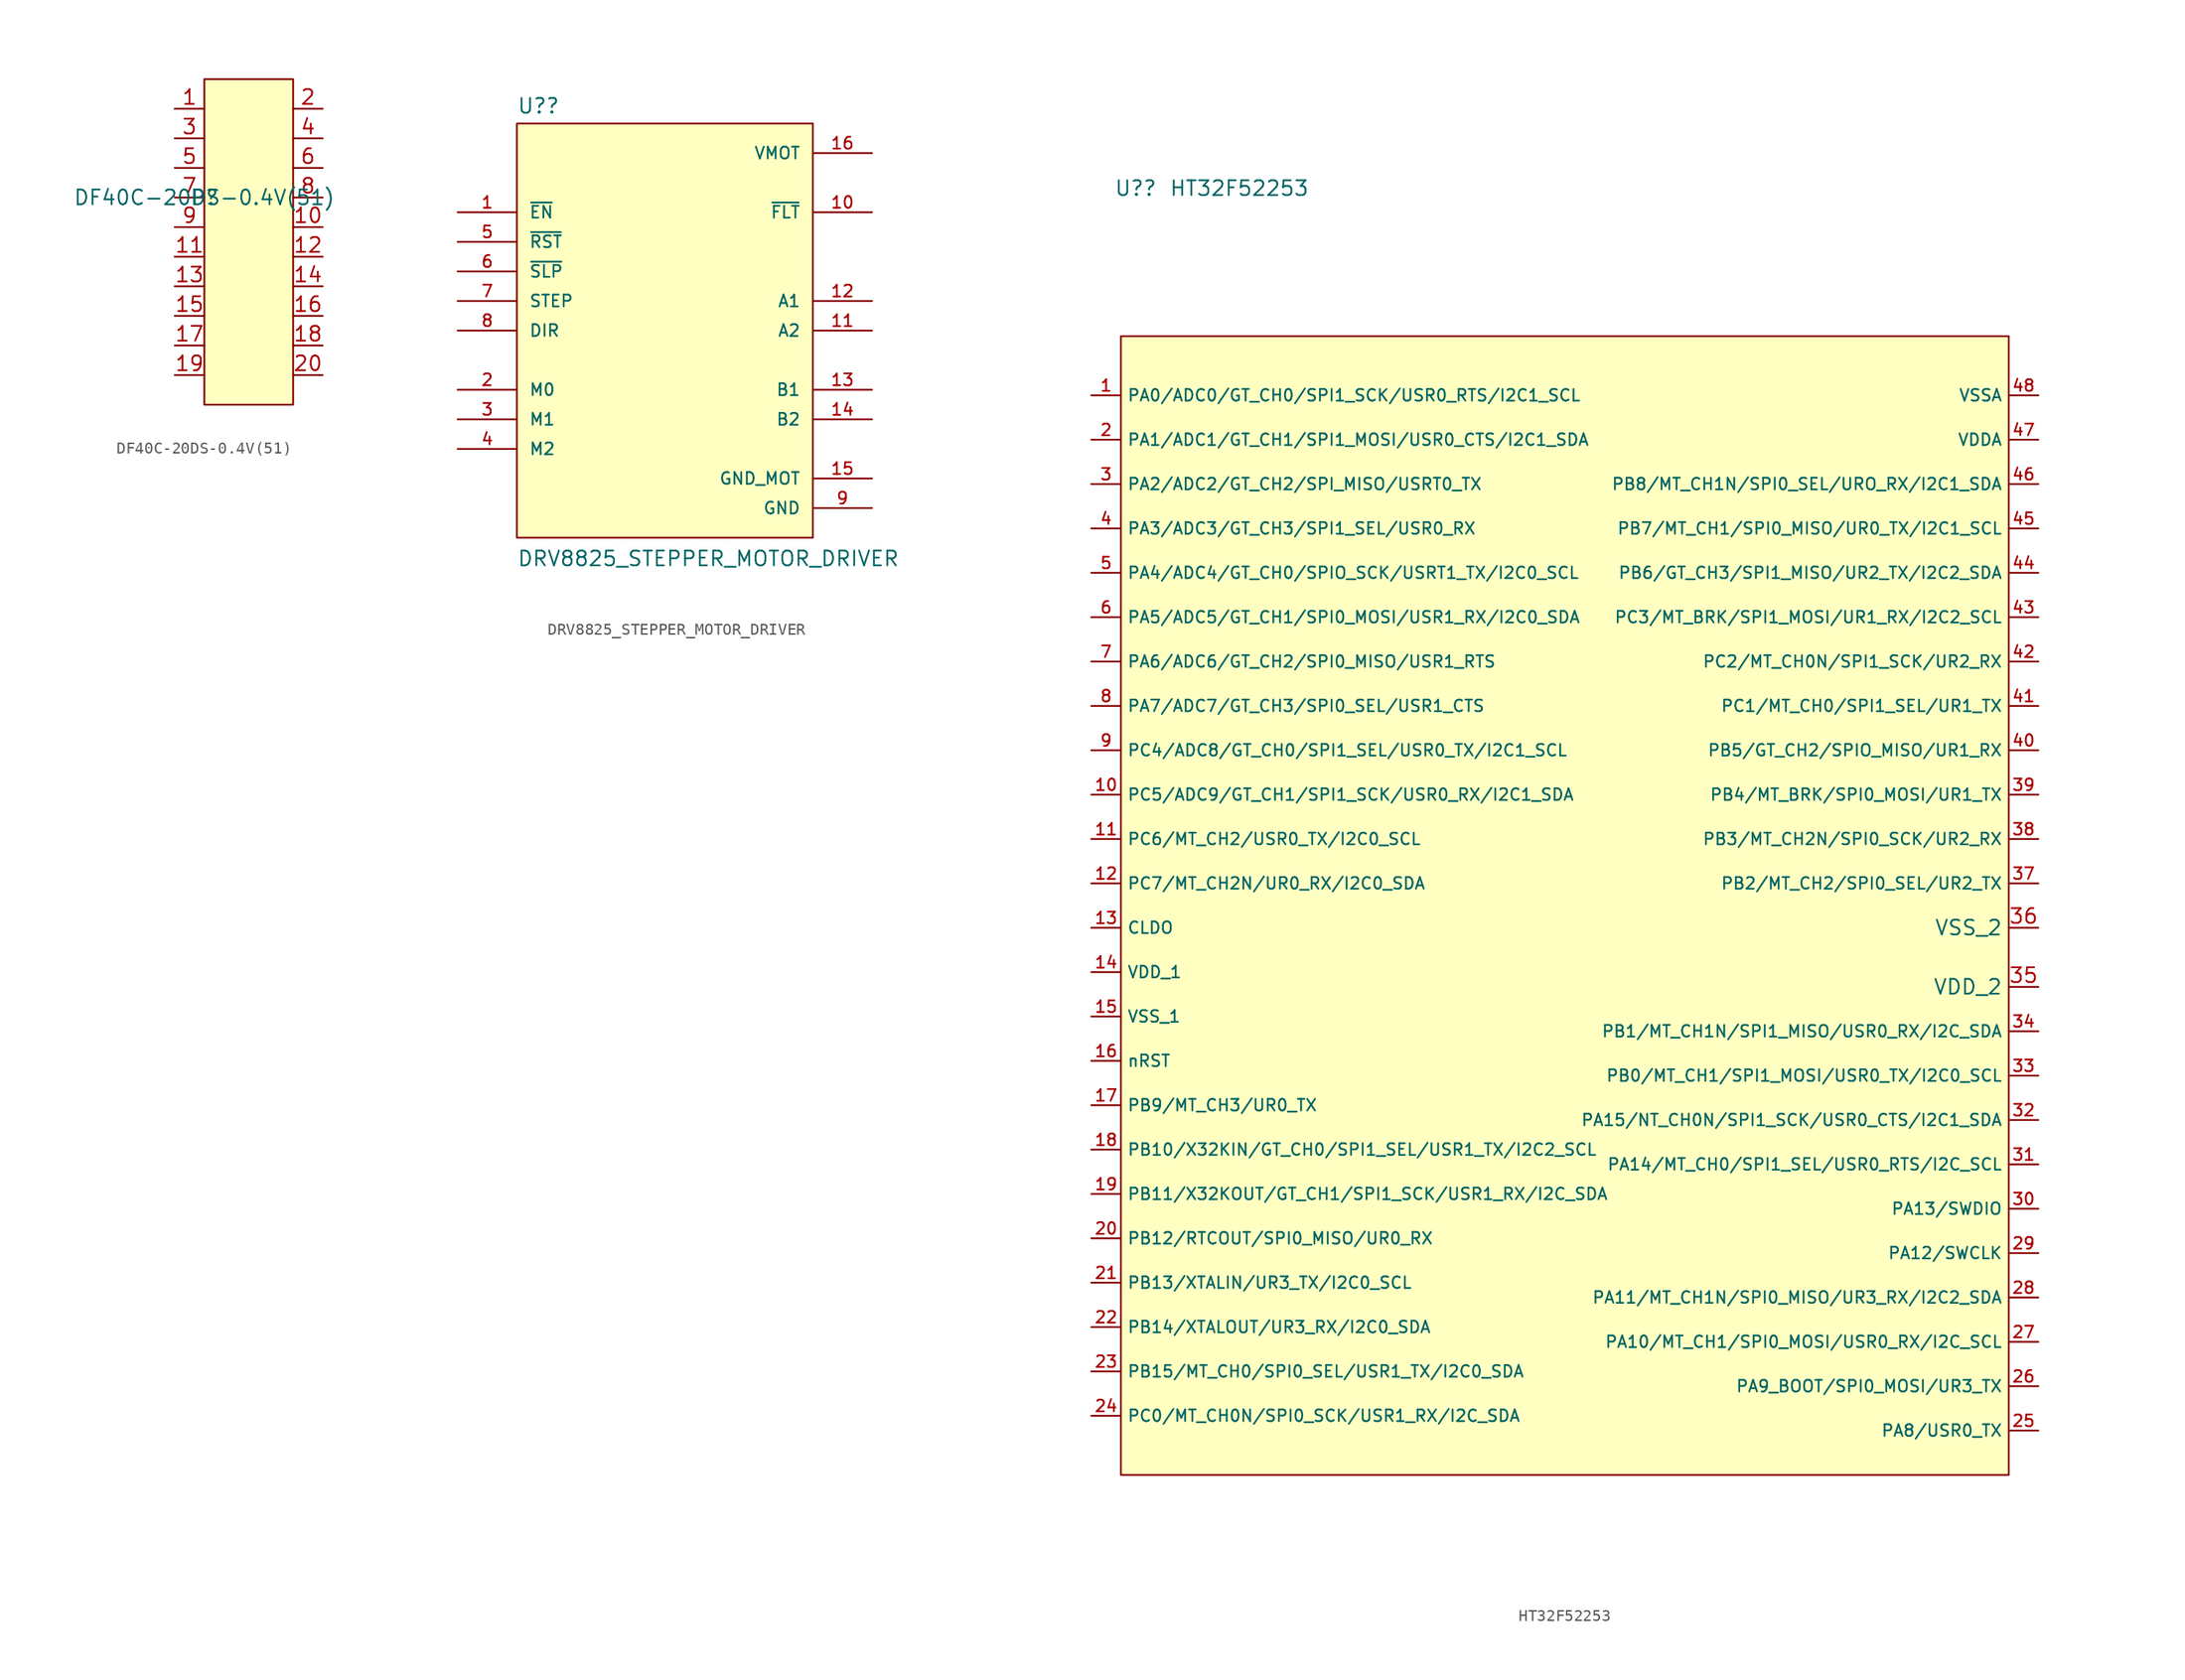
<source format=kicad_sym>
(kicad_symbol_lib
  (version 20211014)
  (generator kicad_symbol_editor)
  (symbol "DF40C-20DS-0.4V(51)"
    (property "Reference" "P"
      (at 0 0 0)
      (effects (font (size 1.27 1.27))))
    (property "Value" "DF40C-20DS-0.4V(51)"
      (at 0 0 0)
      (effects (font (size 1.27 1.27))))
    (symbol "DF40C-20DS-0.4V(51)_0_1"
      (rectangle (start 0 10.16) (end 7.62 -17.78) (stroke (width 0) (type default) (color 0 0 0 0)) (fill (type background))))
    (symbol "DF40C-20DS-0.4V(51)_1_1"
      (pin passive line (at -2.54 7.62 0) (length 2.54) (name "" (effects (font (size 1.27 1.27)))) (number "1" (effects (font (size 1.27 1.27)))))
      (pin tri_state line (at 10.16 -2.54 180) (length 2.54) (name "" (effects (font (size 1.27 1.27)))) (number "10" (effects (font (size 1.27 1.27)))))
      (pin tri_state line (at -2.54 -5.08 0) (length 2.54) (name "" (effects (font (size 1.27 1.27)))) (number "11" (effects (font (size 1.27 1.27)))))
      (pin tri_state line (at 10.16 -5.08 180) (length 2.54) (name "" (effects (font (size 1.27 1.27)))) (number "12" (effects (font (size 1.27 1.27)))))
      (pin tri_state line (at -2.54 -7.62 0) (length 2.54) (name "" (effects (font (size 1.27 1.27)))) (number "13" (effects (font (size 1.27 1.27)))))
      (pin tri_state line (at 10.16 -7.62 180) (length 2.54) (name "" (effects (font (size 1.27 1.27)))) (number "14" (effects (font (size 1.27 1.27)))))
      (pin tri_state line (at -2.54 -10.16 0) (length 2.54) (name "" (effects (font (size 1.27 1.27)))) (number "15" (effects (font (size 1.27 1.27)))))
      (pin tri_state line (at 10.16 -10.16 180) (length 2.54) (name "" (effects (font (size 1.27 1.27)))) (number "16" (effects (font (size 1.27 1.27)))))
      (pin tri_state line (at -2.54 -12.7 0) (length 2.54) (name "" (effects (font (size 1.27 1.27)))) (number "17" (effects (font (size 1.27 1.27)))))
      (pin tri_state line (at 10.16 -12.7 180) (length 2.54) (name "" (effects (font (size 1.27 1.27)))) (number "18" (effects (font (size 1.27 1.27)))))
      (pin tri_state line (at -2.54 -15.24 0) (length 2.54) (name "" (effects (font (size 1.27 1.27)))) (number "19" (effects (font (size 1.27 1.27)))))
      (pin passive line (at 10.16 7.62 180) (length 2.54) (name "" (effects (font (size 1.27 1.27)))) (number "2" (effects (font (size 1.27 1.27)))))
      (pin tri_state line (at 10.16 -15.24 180) (length 2.54) (name "" (effects (font (size 1.27 1.27)))) (number "20" (effects (font (size 1.27 1.27)))))
      (pin passive line (at -2.54 5.08 0) (length 2.54) (name "" (effects (font (size 1.27 1.27)))) (number "3" (effects (font (size 1.27 1.27)))))
      (pin passive line (at 10.16 5.08 180) (length 2.54) (name "" (effects (font (size 1.27 1.27)))) (number "4" (effects (font (size 1.27 1.27)))))
      (pin passive line (at -2.54 2.54 0) (length 2.54) (name "" (effects (font (size 1.27 1.27)))) (number "5" (effects (font (size 1.27 1.27)))))
      (pin passive line (at 10.16 2.54 180) (length 2.54) (name "" (effects (font (size 1.27 1.27)))) (number "6" (effects (font (size 1.27 1.27)))))
      (pin passive line (at -2.54 0 0) (length 2.54) (name "" (effects (font (size 1.27 1.27)))) (number "7" (effects (font (size 1.27 1.27)))))
      (pin passive line (at 10.16 0 180) (length 2.54) (name "" (effects (font (size 1.27 1.27)))) (number "8" (effects (font (size 1.27 1.27)))))
      (pin tri_state line (at -2.54 -2.54 0) (length 2.54) (name "" (effects (font (size 1.27 1.27)))) (number "9" (effects (font (size 1.27 1.27)))))))
  (symbol "DRV8825_STEPPER_MOTOR_DRIVER"
    (pin_names
      (offset 1.016))
    (property "Reference" "U?"
      (at -12.7 18.542 0)
      (effects (font (size 1.27 1.27)) (justify left bottom)))
    (property "Value" "DRV8825_STEPPER_MOTOR_DRIVER"
      (at -12.7 -20.32 0)
      (effects (font (size 1.27 1.27)) (justify left bottom)))
    (symbol "DRV8825_STEPPER_MOTOR_DRIVER_0_0"
      (rectangle (start -12.7 -17.78) (end 12.7 17.78) (stroke (width 0.152) (type default) (color 0 0 0 0)) (fill (type background)))
      (pin input line (at -17.78 10.16 0) (length 5.08) (name "~{EN}" (effects (font (size 1.016 1.016)))) (number "1" (effects (font (size 1.016 1.016)))))
      (pin output line (at 17.78 10.16 180) (length 5.08) (name "~{FLT}" (effects (font (size 1.016 1.016)))) (number "10" (effects (font (size 1.016 1.016)))))
      (pin output line (at 17.78 0 180) (length 5.08) (name "A2" (effects (font (size 1.016 1.016)))) (number "11" (effects (font (size 1.016 1.016)))))
      (pin output line (at 17.78 2.54 180) (length 5.08) (name "A1" (effects (font (size 1.016 1.016)))) (number "12" (effects (font (size 1.016 1.016)))))
      (pin output line (at 17.78 -5.08 180) (length 5.08) (name "B1" (effects (font (size 1.016 1.016)))) (number "13" (effects (font (size 1.016 1.016)))))
      (pin output line (at 17.78 -7.62 180) (length 5.08) (name "B2" (effects (font (size 1.016 1.016)))) (number "14" (effects (font (size 1.016 1.016)))))
      (pin power_in line (at 17.78 -12.7 180) (length 5.08) (name "GND_MOT" (effects (font (size 1.016 1.016)))) (number "15" (effects (font (size 1.016 1.016)))))
      (pin power_in line (at 17.78 15.24 180) (length 5.08) (name "VMOT" (effects (font (size 1.016 1.016)))) (number "16" (effects (font (size 1.016 1.016)))))
      (pin input line (at -17.78 -5.08 0) (length 5.08) (name "M0" (effects (font (size 1.016 1.016)))) (number "2" (effects (font (size 1.016 1.016)))))
      (pin input line (at -17.78 -7.62 0) (length 5.08) (name "M1" (effects (font (size 1.016 1.016)))) (number "3" (effects (font (size 1.016 1.016)))))
      (pin input line (at -17.78 -10.16 0) (length 5.08) (name "M2" (effects (font (size 1.016 1.016)))) (number "4" (effects (font (size 1.016 1.016)))))
      (pin input line (at -17.78 7.62 0) (length 5.08) (name "~{RST}" (effects (font (size 1.016 1.016)))) (number "5" (effects (font (size 1.016 1.016)))))
      (pin input line (at -17.78 5.08 0) (length 5.08) (name "~{SLP}" (effects (font (size 1.016 1.016)))) (number "6" (effects (font (size 1.016 1.016)))))
      (pin input line (at -17.78 2.54 0) (length 5.08) (name "STEP" (effects (font (size 1.016 1.016)))) (number "7" (effects (font (size 1.016 1.016)))))
      (pin input line (at -17.78 0 0) (length 5.08) (name "DIR" (effects (font (size 1.016 1.016)))) (number "8" (effects (font (size 1.016 1.016)))))
      (pin power_in line (at 17.78 -15.24 180) (length 5.08) (name "GND" (effects (font (size 1.016 1.016)))) (number "9" (effects (font (size 1.016 1.016)))))))
  (symbol "HT32F52253"
    (property "Reference" "U?"
      (at -36.83 50.8 0)
      (effects (font (size 1.27 1.27))))
    (property "Value" "HT32F52253"
      (at -27.94 50.8 0)
      (effects (font (size 1.27 1.27))))
    (symbol "HT32F52253_0_1"
      (rectangle (start -38.1 38.1) (end 38.1 -59.69) (stroke (width 0) (type default) (color 0 0 0 0)) (fill (type background))))
    (symbol "HT32F52253_1_1"
      (pin passive line (at -40.64 33.02 0) (length 2.54) (name "PA0/ADC0/GT_CH0/SPI1_SCK/USR0_RTS/I2C1_SCL" (effects (font (size 1 1)))) (number "1" (effects (font (size 1 1)))))
      (pin passive line (at -40.64 -1.27 0) (length 2.54) (name "PC5/ADC9/GT_CH1/SPI1_SCK/USR0_RX/I2C1_SDA" (effects (font (size 1 1)))) (number "10" (effects (font (size 1 1)))))
      (pin passive line (at -40.64 -5.08 0) (length 2.54) (name "PC6/MT_CH2/USR0_TX/I2C0_SCL" (effects (font (size 1 1)))) (number "11" (effects (font (size 1 1)))))
      (pin passive line (at -40.64 -8.89 0) (length 2.54) (name "PC7/MT_CH2N/UR0_RX/I2C0_SDA" (effects (font (size 1 1)))) (number "12" (effects (font (size 1 1)))))
      (pin passive line (at -40.64 -12.7 0) (length 2.54) (name "CLDO" (effects (font (size 1 1)))) (number "13" (effects (font (size 1 1)))))
      (pin passive line (at -40.64 -16.51 0) (length 2.54) (name "VDD_1" (effects (font (size 1 1)))) (number "14" (effects (font (size 1 1)))))
      (pin passive line (at -40.64 -20.32 0) (length 2.54) (name "VSS_1" (effects (font (size 1 1)))) (number "15" (effects (font (size 1 1)))))
      (pin passive line (at -40.64 -24.13 0) (length 2.54) (name "nRST" (effects (font (size 1 1)))) (number "16" (effects (font (size 1 1)))))
      (pin passive line (at -40.64 -27.94 0) (length 2.54) (name "PB9/MT_CH3/UR0_TX" (effects (font (size 1 1)))) (number "17" (effects (font (size 1 1)))))
      (pin passive line (at -40.64 -31.75 0) (length 2.54) (name "PB10/X32KIN/GT_CH0/SPI1_SEL/USR1_TX/I2C2_SCL" (effects (font (size 1 1)))) (number "18" (effects (font (size 1 1)))))
      (pin passive line (at -40.64 -35.56 0) (length 2.54) (name "PB11/X32KOUT/GT_CH1/SPI1_SCK/USR1_RX/I2C_SDA" (effects (font (size 1 1)))) (number "19" (effects (font (size 1 1)))))
      (pin passive line (at -40.64 29.21 0) (length 2.54) (name "PA1/ADC1/GT_CH1/SPI1_MOSI/USR0_CTS/I2C1_SDA" (effects (font (size 1 1)))) (number "2" (effects (font (size 1 1)))))
      (pin passive line (at -40.64 -39.37 0) (length 2.54) (name "PB12/RTCOUT/SPI0_MISO/UR0_RX" (effects (font (size 1 1)))) (number "20" (effects (font (size 1 1)))))
      (pin passive line (at -40.64 -43.18 0) (length 2.54) (name "PB13/XTALIN/UR3_TX/I2C0_SCL" (effects (font (size 1 1)))) (number "21" (effects (font (size 1 1)))))
      (pin passive line (at -40.64 -46.99 0) (length 2.54) (name "PB14/XTALOUT/UR3_RX/I2C0_SDA" (effects (font (size 1 1)))) (number "22" (effects (font (size 1 1)))))
      (pin passive line (at -40.64 -50.8 0) (length 2.54) (name "PB15/MT_CH0/SPI0_SEL/USR1_TX/I2C0_SDA" (effects (font (size 1 1)))) (number "23" (effects (font (size 1 1)))))
      (pin passive line (at -40.64 -54.61 0) (length 2.54) (name "PC0/MT_CH0N/SPI0_SCK/USR1_RX/I2C_SDA" (effects (font (size 1 1)))) (number "24" (effects (font (size 1 1)))))
      (pin passive line (at 40.64 -55.88 180) (length 2.54) (name "PA8/USR0_TX" (effects (font (size 1 1)))) (number "25" (effects (font (size 1 1)))))
      (pin passive line (at 40.64 -52.07 180) (length 2.54) (name "PA9_BOOT/SPI0_MOSI/UR3_TX" (effects (font (size 1 1)))) (number "26" (effects (font (size 1 1)))))
      (pin passive line (at 40.64 -48.26 180) (length 2.54) (name "PA10/MT_CH1/SPI0_MOSI/USR0_RX/I2C_SCL" (effects (font (size 1 1)))) (number "27" (effects (font (size 1 1)))))
      (pin passive line (at 40.64 -44.45 180) (length 2.54) (name "PA11/MT_CH1N/SPI0_MISO/UR3_RX/I2C2_SDA" (effects (font (size 1 1)))) (number "28" (effects (font (size 1 1)))))
      (pin passive line (at 40.64 -40.64 180) (length 2.54) (name "PA12/SWCLK" (effects (font (size 1 1)))) (number "29" (effects (font (size 1 1)))))
      (pin passive line (at -40.64 25.4 0) (length 2.54) (name "PA2/ADC2/GT_CH2/SPI_MISO/USRT0_TX" (effects (font (size 1 1)))) (number "3" (effects (font (size 1 1)))))
      (pin passive line (at 40.64 -36.83 180) (length 2.54) (name "PA13/SWDIO" (effects (font (size 1 1)))) (number "30" (effects (font (size 1 1)))))
      (pin passive line (at 40.64 -33.02 180) (length 2.54) (name "PA14/MT_CH0/SPI1_SEL/USR0_RTS/I2C_SCL" (effects (font (size 1 1)))) (number "31" (effects (font (size 1 1)))))
      (pin passive line (at 40.64 -29.21 180) (length 2.54) (name "PA15/NT_CH0N/SPI1_SCK/USR0_CTS/I2C1_SDA" (effects (font (size 1 1)))) (number "32" (effects (font (size 1 1)))))
      (pin passive line (at 40.64 -25.4 180) (length 2.54) (name "PB0/MT_CH1/SPI1_MOSI/USR0_TX/I2C0_SCL" (effects (font (size 1 1)))) (number "33" (effects (font (size 1 1)))))
      (pin passive line (at 40.64 -21.59 180) (length 2.54) (name "PB1/MT_CH1N/SPI1_MISO/USR0_RX/I2C_SDA" (effects (font (size 1 1)))) (number "34" (effects (font (size 1 1)))))
      (pin passive line (at 40.64 -17.78 180) (length 2.54) (name "VDD_2" (effects (font (size 1.27 1.27)))) (number "35" (effects (font (size 1.27 1.27)))))
      (pin passive line (at 40.64 -12.7 180) (length 2.54) (name "VSS_2" (effects (font (size 1.27 1.27)))) (number "36" (effects (font (size 1.27 1.27)))))
      (pin passive line (at 40.64 -8.89 180) (length 2.54) (name "PB2/MT_CH2/SPI0_SEL/UR2_TX" (effects (font (size 1 1)))) (number "37" (effects (font (size 1 1)))))
      (pin passive line (at 40.64 -5.08 180) (length 2.54) (name "PB3/MT_CH2N/SPI0_SCK/UR2_RX" (effects (font (size 1 1)))) (number "38" (effects (font (size 1 1)))))
      (pin passive line (at 40.64 -1.27 180) (length 2.54) (name "PB4/MT_BRK/SPI0_MOSI/UR1_TX" (effects (font (size 1 1)))) (number "39" (effects (font (size 1 1)))))
      (pin passive line (at -40.64 21.59 0) (length 2.54) (name "PA3/ADC3/GT_CH3/SPI1_SEL/USR0_RX" (effects (font (size 1 1)))) (number "4" (effects (font (size 1 1)))))
      (pin passive line (at 40.64 2.54 180) (length 2.54) (name "PB5/GT_CH2/SPIO_MISO/UR1_RX" (effects (font (size 1 1)))) (number "40" (effects (font (size 1 1)))))
      (pin passive line (at 40.64 6.35 180) (length 2.54) (name "PC1/MT_CH0/SPI1_SEL/UR1_TX" (effects (font (size 1 1)))) (number "41" (effects (font (size 1 1)))))
      (pin passive line (at 40.64 10.16 180) (length 2.54) (name "PC2/MT_CH0N/SPI1_SCK/UR2_RX" (effects (font (size 1 1)))) (number "42" (effects (font (size 1 1)))))
      (pin passive line (at 40.64 13.97 180) (length 2.54) (name "PC3/MT_BRK/SPI1_MOSI/UR1_RX/I2C2_SCL" (effects (font (size 1 1)))) (number "43" (effects (font (size 1 1)))))
      (pin passive line (at 40.64 17.78 180) (length 2.54) (name "PB6/GT_CH3/SPI1_MISO/UR2_TX/I2C2_SDA" (effects (font (size 1 1)))) (number "44" (effects (font (size 1 1)))))
      (pin passive line (at 40.64 21.59 180) (length 2.54) (name "PB7/MT_CH1/SPI0_MISO/UR0_TX/I2C1_SCL" (effects (font (size 1 1)))) (number "45" (effects (font (size 1 1)))))
      (pin passive line (at 40.64 25.4 180) (length 2.54) (name "PB8/MT_CH1N/SPI0_SEL/URO_RX/I2C1_SDA" (effects (font (size 1 1)))) (number "46" (effects (font (size 1 1)))))
      (pin passive line (at 40.64 29.21 180) (length 2.54) (name "VDDA" (effects (font (size 1 1)))) (number "47" (effects (font (size 1 1)))))
      (pin passive line (at 40.64 33.02 180) (length 2.54) (name "VSSA" (effects (font (size 1 1)))) (number "48" (effects (font (size 1 1)))))
      (pin passive line (at -40.64 17.78 0) (length 2.54) (name "PA4/ADC4/GT_CH0/SPIO_SCK/USRT1_TX/I2C0_SCL" (effects (font (size 1 1)))) (number "5" (effects (font (size 1 1)))))
      (pin passive line (at -40.64 13.97 0) (length 2.54) (name "PA5/ADC5/GT_CH1/SPI0_MOSI/USR1_RX/I2C0_SDA" (effects (font (size 1 1)))) (number "6" (effects (font (size 1 1)))))
      (pin passive line (at -40.64 10.16 0) (length 2.54) (name "PA6/ADC6/GT_CH2/SPI0_MISO/USR1_RTS" (effects (font (size 1 1)))) (number "7" (effects (font (size 1 1)))))
      (pin passive line (at -40.64 6.35 0) (length 2.54) (name "PA7/ADC7/GT_CH3/SPI0_SEL/USR1_CTS" (effects (font (size 1 1)))) (number "8" (effects (font (size 1 1)))))
      (pin passive line (at -40.64 2.54 0) (length 2.54) (name "PC4/ADC8/GT_CH0/SPI1_SEL/USR0_TX/I2C1_SCL" (effects (font (size 1 1)))) (number "9" (effects (font (size 1 1))))))))
</source>
